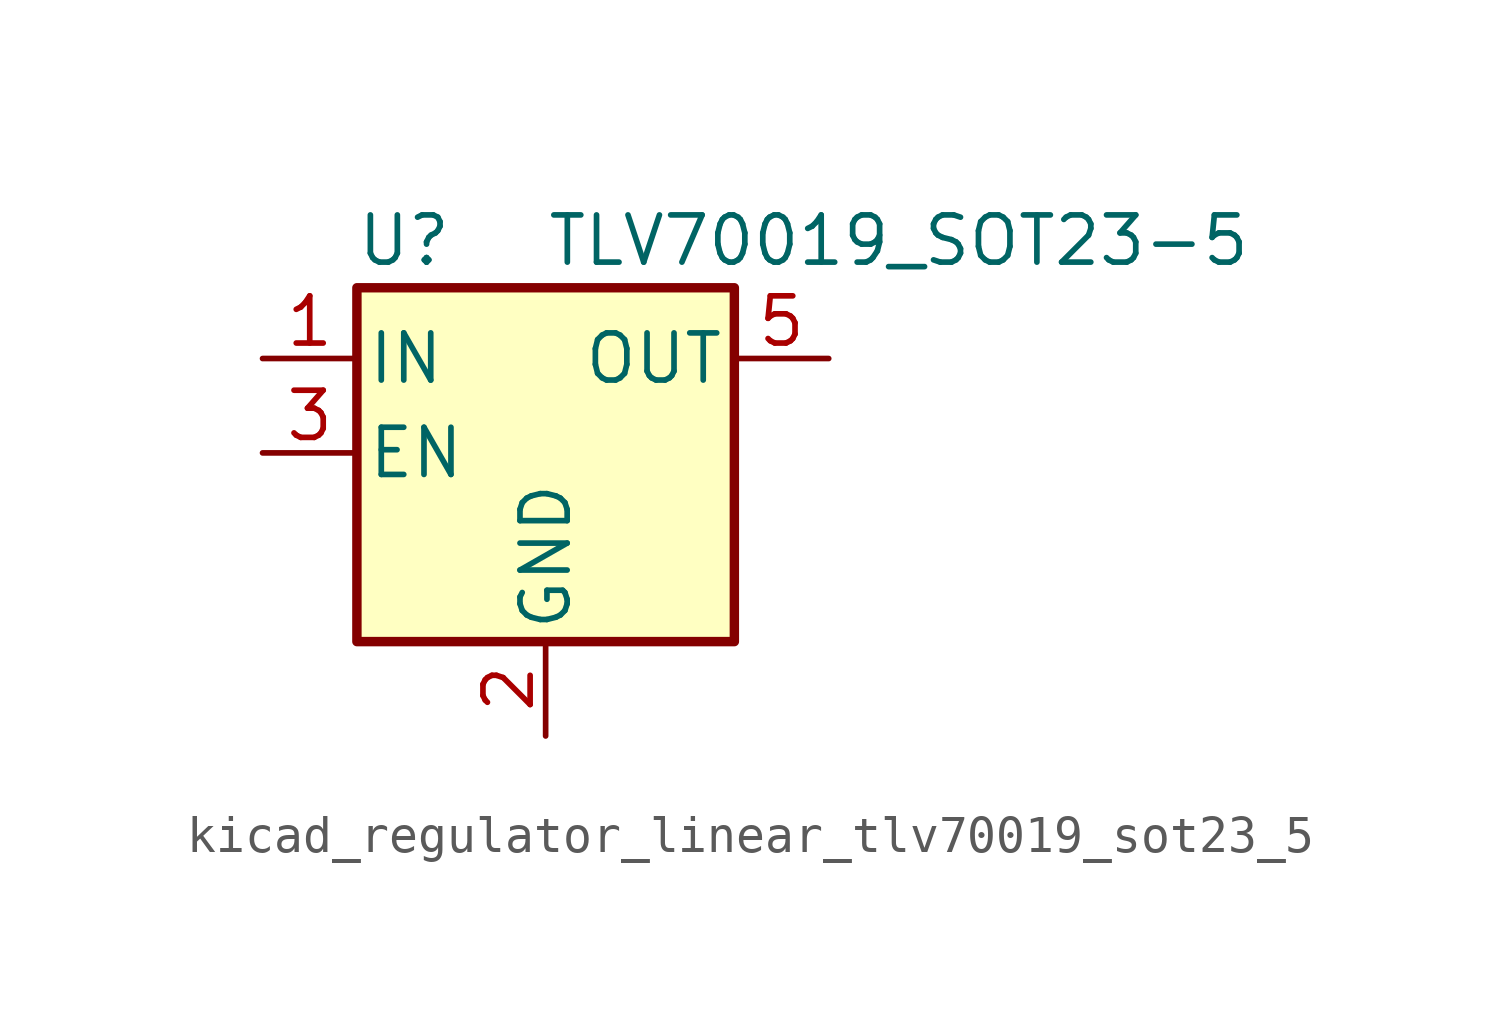
<source format=kicad_sym>
(kicad_symbol_lib
  (version 20220914)
  (generator kicad_symbol_editor)
  (symbol "kicad_regulator_linear_tlv70019_sot23_5"
    (pin_names
      (offset 0.254))
    (property "Reference" "U"
      (at -3.81 5.715 0)
      (effects (font (size 1.27 1.27))))
    (property "Value" "TLV70019_SOT23-5"
      (at 0 5.715 0)
      (effects (font (size 1.27 1.27)) (justify left)))
    (symbol "kicad_regulator_linear_tlv70019_sot23_5_0_1"
      (rectangle (start -5.08 4.445) (end 5.08 -5.08) (stroke (width 0.254) (type default)) (fill (type background))))
    (symbol "kicad_regulator_linear_tlv70019_sot23_5_1_1"
      (pin power_in line (at -7.62 2.54 0) (length 2.54) (name "IN" (effects (font (size 1.27 1.27)))) (number "1" (effects (font (size 1.27 1.27)))))
      (pin power_in line (at 0 -7.62 90) (length 2.54) (name "GND" (effects (font (size 1.27 1.27)))) (number "2" (effects (font (size 1.27 1.27)))))
      (pin input line (at -7.62 0 0) (length 2.54) (name "EN" (effects (font (size 1.27 1.27)))) (number "3" (effects (font (size 1.27 1.27)))))
      (pin no_connect line (at 5.08 0 180) (length 2.54) hide (name "NC" (effects (font (size 1.27 1.27)))) (number "4" (effects (font (size 1.27 1.27)))))
      (pin power_out line (at 7.62 2.54 180) (length 2.54) (name "OUT" (effects (font (size 1.27 1.27)))) (number "5" (effects (font (size 1.27 1.27))))))))
</source>
